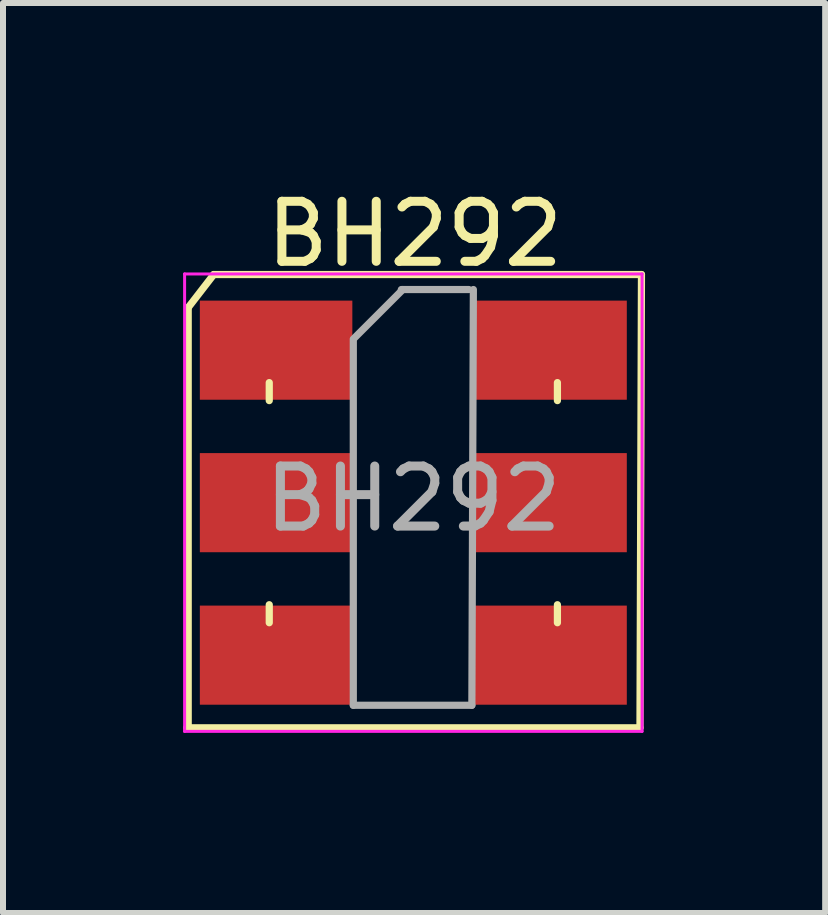
<source format=kicad_pcb>
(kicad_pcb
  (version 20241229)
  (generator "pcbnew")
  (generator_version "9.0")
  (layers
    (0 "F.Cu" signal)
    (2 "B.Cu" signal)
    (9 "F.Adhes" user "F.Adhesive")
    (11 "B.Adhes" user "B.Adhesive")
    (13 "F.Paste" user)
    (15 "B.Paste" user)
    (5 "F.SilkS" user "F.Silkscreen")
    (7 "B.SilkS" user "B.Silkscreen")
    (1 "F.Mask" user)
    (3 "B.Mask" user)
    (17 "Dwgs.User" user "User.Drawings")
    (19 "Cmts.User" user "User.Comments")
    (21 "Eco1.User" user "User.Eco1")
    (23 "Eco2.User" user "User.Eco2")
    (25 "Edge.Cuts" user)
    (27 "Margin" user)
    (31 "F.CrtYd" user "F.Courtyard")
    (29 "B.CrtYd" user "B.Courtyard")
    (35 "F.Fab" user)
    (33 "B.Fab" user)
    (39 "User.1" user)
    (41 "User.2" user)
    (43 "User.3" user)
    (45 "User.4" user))
  (footprint "BH292"
    (layer "F.Cu")
    (at 3.835 5.323)
    (property "Reference" "BH292" (at 0.025 -4.475 0) (layer "F.SilkS") (effects (font (size 1 1) (thickness 0.15))))
    (attr smd)
    (fp_line (start -3.75 -3.25) (end -3.75 3.75) (stroke (width 0.12) (type solid)) (layer "F.SilkS"))
    (fp_line (start -3.325 -3.8) (end -3.75 -3.25) (stroke (width 0.12) (type solid)) (layer "F.SilkS"))
    (fp_line (start -3.325 -3.8) (end 3.8 -3.8) (stroke (width 0.12) (type solid)) (layer "F.SilkS"))
    (fp_line (start -2.4 -1.7) (end -2.4 -2) (stroke (width 0.12) (type solid)) (layer "F.SilkS"))
    (fp_line (start -2.4 2) (end -2.4 1.7) (stroke (width 0.12) (type solid)) (layer "F.SilkS"))
    (fp_line (start 2.4 -2) (end 2.4 -1.7) (stroke (width 0.12) (type solid)) (layer "F.SilkS"))
    (fp_line (start 2.4 1.7) (end 2.4 2) (stroke (width 0.12) (type solid)) (layer "F.SilkS"))
    (fp_line (start 3.775 3.75) (end -3.775 3.75) (stroke (width 0.12) (type solid)) (layer "F.SilkS"))
    (fp_line (start 3.775 3.75) (end 3.8 -3.8) (stroke (width 0.12) (type solid)) (layer "F.SilkS"))
    (fp_line (start -3.81 -3.81) (end -3.81 3.81) (stroke (width 0.05) (type solid)) (layer "F.CrtYd"))
    (fp_line (start -3.81 -3.81) (end 3.81 -3.81) (stroke (width 0.05) (type solid)) (layer "F.CrtYd"))
    (fp_line (start 3.81 3.81) (end -3.81 3.81) (stroke (width 0.05) (type solid)) (layer "F.CrtYd"))
    (fp_line (start 3.81 3.81) (end 3.81 -3.81) (stroke (width 0.05) (type solid)) (layer "F.CrtYd"))
    (fp_line (start -1 3.375) (end -1 -2.725) (stroke (width 0.12) (type solid)) (layer "F.Fab"))
    (fp_line (start -0.975 -2.75) (end -0.175 -3.55) (stroke (width 0.12) (type solid)) (layer "F.Fab"))
    (fp_line (start -0.2 -3.55) (end 0.925 -3.55) (stroke (width 0.12) (type solid)) (layer "F.Fab"))
    (fp_line (start 0.975 3.375) (end -1 3.375) (stroke (width 0.12) (type solid)) (layer "F.Fab"))
    (fp_line (start 1 -3.55) (end 0.975 3.375) (stroke (width 0.12) (type solid)) (layer "F.Fab"))
    (fp_text user "${REFERENCE}" (at 0 -0.065 0) (layer "F.Fab") (effects (font (size 1 1) (thickness 0.15))))
    (pad "1" smd rect (at -2.286 -2.54) (size 2.54 1.651) (layers "F.Cu" "F.Mask" "F.Paste"))
    (pad "2" smd rect (at -2.286 0) (size 2.54 1.651) (layers "F.Cu" "F.Mask" "F.Paste"))
    (pad "3" smd rect (at -2.286 2.54) (size 2.54 1.651) (layers "F.Cu" "F.Mask" "F.Paste"))
    (pad "4" smd rect (at 2.286 2.54) (size 2.54 1.651) (layers "F.Cu" "F.Mask" "F.Paste"))
    (pad "5" smd rect (at 2.286 0) (size 2.54 1.651) (layers "F.Cu" "F.Mask" "F.Paste"))
    (pad "6" smd rect (at 2.286 -2.54) (size 2.54 1.651) (layers "F.Cu" "F.Mask" "F.Paste")))
  (gr_rect
    (start -3 -3)
    (end 10.695 12.158)
    (stroke (width 0.1) (type default))
    (fill no)
    (layer "Edge.Cuts")))
</source>
